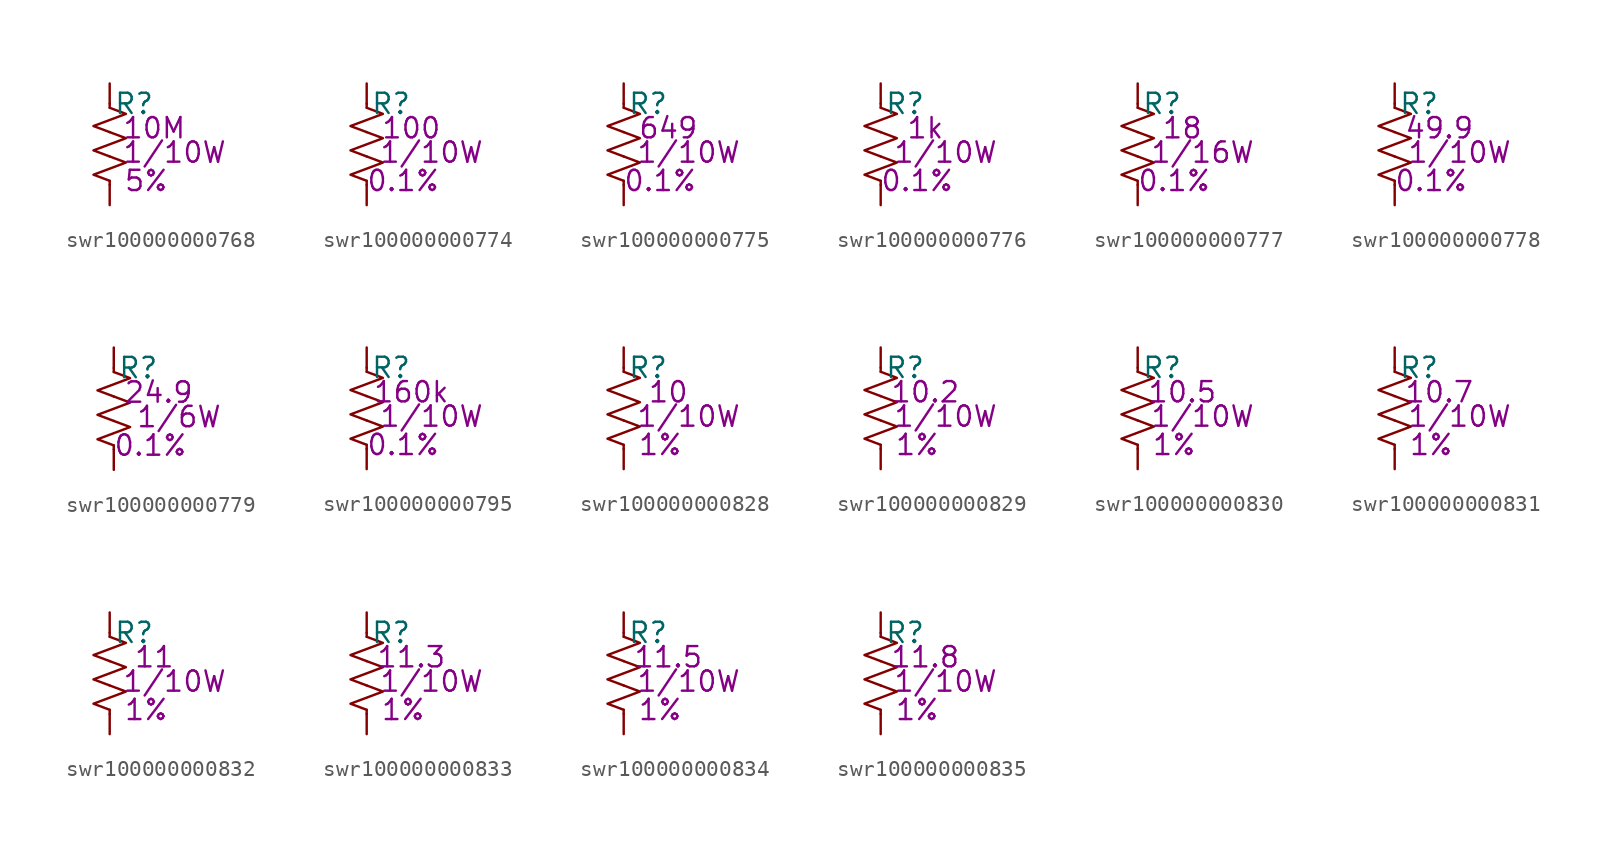
<source format=kicad_sym>
(kicad_symbol_lib
  (version 20211014)
  (generator kicad_symbol_editor)
  (symbol "swr100000000768"
    (pin_numbers hide)
    (pin_names
      (offset 1.016))
    (property "Reference" "R"
      (at 1.524 2.54 0)
      (effects (font (size 1.27 1.27))))
    (property "Tolerance" "5%"
      (at 2.286 -2.286 0)
      (effects (font (size 1.27 1.27))))
    (property "Wattage" "1/10W"
      (at 4.064 -0.508 0)
      (effects (font (size 1.27 1.27))))
    (property "PartValue" "10M"
      (at 2.794 1.016 0)
      (effects (font (size 1.27 1.27))))
    (symbol "swr100000000768_1_1"
      (polyline (pts (xy 0 -2.286) (xy 0 -2.54)) (stroke (width 0) (type default) (color 0 0 0 0)) (fill (type none)))
      (polyline (pts (xy 0 2.286) (xy 0 2.54)) (stroke (width 0) (type default) (color 0 0 0 0)) (fill (type none)))
      (polyline (pts (xy 0 -0.762) (xy 1.016 -1.143) (xy 0 -1.524) (xy -1.016 -1.905) (xy 0 -2.286)) (stroke (width 0) (type default) (color 0 0 0 0)) (fill (type none)))
      (polyline (pts (xy 0 0.762) (xy 1.016 0.381) (xy 0 0) (xy -1.016 -0.381) (xy 0 -0.762)) (stroke (width 0) (type default) (color 0 0 0 0)) (fill (type none)))
      (polyline (pts (xy 0 2.286) (xy 1.016 1.905) (xy 0 1.524) (xy -1.016 1.143) (xy 0 0.762)) (stroke (width 0) (type default) (color 0 0 0 0)) (fill (type none)))
      (pin passive line (at 0 3.81 270) (length 1.27) (name "~" (effects (font (size 1.27 1.27)))) (number "1" (effects (font (size 1.27 1.27)))))
      (pin passive line (at 0 -3.81 90) (length 1.27) (name "~" (effects (font (size 1.27 1.27)))) (number "2" (effects (font (size 1.27 1.27)))))))
  (symbol "swr100000000774"
    (pin_numbers hide)
    (pin_names
      (offset 1.016))
    (property "Reference" "R"
      (at 1.524 2.54 0)
      (effects (font (size 1.27 1.27))))
    (property "Tolerance" "0.1%"
      (at 2.286 -2.286 0)
      (effects (font (size 1.27 1.27))))
    (property "Wattage" "1/10W"
      (at 4.064 -0.508 0)
      (effects (font (size 1.27 1.27))))
    (property "PartValue" "100"
      (at 2.794 1.016 0)
      (effects (font (size 1.27 1.27))))
    (symbol "swr100000000774_1_1"
      (polyline (pts (xy 0 -2.286) (xy 0 -2.54)) (stroke (width 0) (type default) (color 0 0 0 0)) (fill (type none)))
      (polyline (pts (xy 0 2.286) (xy 0 2.54)) (stroke (width 0) (type default) (color 0 0 0 0)) (fill (type none)))
      (polyline (pts (xy 0 -0.762) (xy 1.016 -1.143) (xy 0 -1.524) (xy -1.016 -1.905) (xy 0 -2.286)) (stroke (width 0) (type default) (color 0 0 0 0)) (fill (type none)))
      (polyline (pts (xy 0 0.762) (xy 1.016 0.381) (xy 0 0) (xy -1.016 -0.381) (xy 0 -0.762)) (stroke (width 0) (type default) (color 0 0 0 0)) (fill (type none)))
      (polyline (pts (xy 0 2.286) (xy 1.016 1.905) (xy 0 1.524) (xy -1.016 1.143) (xy 0 0.762)) (stroke (width 0) (type default) (color 0 0 0 0)) (fill (type none)))
      (pin passive line (at 0 3.81 270) (length 1.27) (name "~" (effects (font (size 1.27 1.27)))) (number "1" (effects (font (size 1.27 1.27)))))
      (pin passive line (at 0 -3.81 90) (length 1.27) (name "~" (effects (font (size 1.27 1.27)))) (number "2" (effects (font (size 1.27 1.27)))))))
  (symbol "swr100000000775"
    (pin_numbers hide)
    (pin_names
      (offset 1.016))
    (property "Reference" "R"
      (at 1.524 2.54 0)
      (effects (font (size 1.27 1.27))))
    (property "Tolerance" "0.1%"
      (at 2.286 -2.286 0)
      (effects (font (size 1.27 1.27))))
    (property "Wattage" "1/10W"
      (at 4.064 -0.508 0)
      (effects (font (size 1.27 1.27))))
    (property "PartValue" "649"
      (at 2.794 1.016 0)
      (effects (font (size 1.27 1.27))))
    (symbol "swr100000000775_1_1"
      (polyline (pts (xy 0 -2.286) (xy 0 -2.54)) (stroke (width 0) (type default) (color 0 0 0 0)) (fill (type none)))
      (polyline (pts (xy 0 2.286) (xy 0 2.54)) (stroke (width 0) (type default) (color 0 0 0 0)) (fill (type none)))
      (polyline (pts (xy 0 -0.762) (xy 1.016 -1.143) (xy 0 -1.524) (xy -1.016 -1.905) (xy 0 -2.286)) (stroke (width 0) (type default) (color 0 0 0 0)) (fill (type none)))
      (polyline (pts (xy 0 0.762) (xy 1.016 0.381) (xy 0 0) (xy -1.016 -0.381) (xy 0 -0.762)) (stroke (width 0) (type default) (color 0 0 0 0)) (fill (type none)))
      (polyline (pts (xy 0 2.286) (xy 1.016 1.905) (xy 0 1.524) (xy -1.016 1.143) (xy 0 0.762)) (stroke (width 0) (type default) (color 0 0 0 0)) (fill (type none)))
      (pin passive line (at 0 3.81 270) (length 1.27) (name "~" (effects (font (size 1.27 1.27)))) (number "1" (effects (font (size 1.27 1.27)))))
      (pin passive line (at 0 -3.81 90) (length 1.27) (name "~" (effects (font (size 1.27 1.27)))) (number "2" (effects (font (size 1.27 1.27)))))))
  (symbol "swr100000000776"
    (pin_numbers hide)
    (pin_names
      (offset 1.016))
    (property "Reference" "R"
      (at 1.524 2.54 0)
      (effects (font (size 1.27 1.27))))
    (property "Tolerance" "0.1%"
      (at 2.286 -2.286 0)
      (effects (font (size 1.27 1.27))))
    (property "Wattage" "1/10W"
      (at 4.064 -0.508 0)
      (effects (font (size 1.27 1.27))))
    (property "PartValue" "1k"
      (at 2.794 1.016 0)
      (effects (font (size 1.27 1.27))))
    (symbol "swr100000000776_1_1"
      (polyline (pts (xy 0 -2.286) (xy 0 -2.54)) (stroke (width 0) (type default) (color 0 0 0 0)) (fill (type none)))
      (polyline (pts (xy 0 2.286) (xy 0 2.54)) (stroke (width 0) (type default) (color 0 0 0 0)) (fill (type none)))
      (polyline (pts (xy 0 -0.762) (xy 1.016 -1.143) (xy 0 -1.524) (xy -1.016 -1.905) (xy 0 -2.286)) (stroke (width 0) (type default) (color 0 0 0 0)) (fill (type none)))
      (polyline (pts (xy 0 0.762) (xy 1.016 0.381) (xy 0 0) (xy -1.016 -0.381) (xy 0 -0.762)) (stroke (width 0) (type default) (color 0 0 0 0)) (fill (type none)))
      (polyline (pts (xy 0 2.286) (xy 1.016 1.905) (xy 0 1.524) (xy -1.016 1.143) (xy 0 0.762)) (stroke (width 0) (type default) (color 0 0 0 0)) (fill (type none)))
      (pin passive line (at 0 3.81 270) (length 1.27) (name "~" (effects (font (size 1.27 1.27)))) (number "1" (effects (font (size 1.27 1.27)))))
      (pin passive line (at 0 -3.81 90) (length 1.27) (name "~" (effects (font (size 1.27 1.27)))) (number "2" (effects (font (size 1.27 1.27)))))))
  (symbol "swr100000000777"
    (pin_numbers hide)
    (pin_names
      (offset 1.016))
    (property "Reference" "R"
      (at 1.524 2.54 0)
      (effects (font (size 1.27 1.27))))
    (property "Tolerance" "0.1%"
      (at 2.286 -2.286 0)
      (effects (font (size 1.27 1.27))))
    (property "Wattage" "1/16W"
      (at 4.064 -0.508 0)
      (effects (font (size 1.27 1.27))))
    (property "PartValue" "18"
      (at 2.794 1.016 0)
      (effects (font (size 1.27 1.27))))
    (symbol "swr100000000777_1_1"
      (polyline (pts (xy 0 -2.286) (xy 0 -2.54)) (stroke (width 0) (type default) (color 0 0 0 0)) (fill (type none)))
      (polyline (pts (xy 0 2.286) (xy 0 2.54)) (stroke (width 0) (type default) (color 0 0 0 0)) (fill (type none)))
      (polyline (pts (xy 0 -0.762) (xy 1.016 -1.143) (xy 0 -1.524) (xy -1.016 -1.905) (xy 0 -2.286)) (stroke (width 0) (type default) (color 0 0 0 0)) (fill (type none)))
      (polyline (pts (xy 0 0.762) (xy 1.016 0.381) (xy 0 0) (xy -1.016 -0.381) (xy 0 -0.762)) (stroke (width 0) (type default) (color 0 0 0 0)) (fill (type none)))
      (polyline (pts (xy 0 2.286) (xy 1.016 1.905) (xy 0 1.524) (xy -1.016 1.143) (xy 0 0.762)) (stroke (width 0) (type default) (color 0 0 0 0)) (fill (type none)))
      (pin passive line (at 0 3.81 270) (length 1.27) (name "~" (effects (font (size 1.27 1.27)))) (number "1" (effects (font (size 1.27 1.27)))))
      (pin passive line (at 0 -3.81 90) (length 1.27) (name "~" (effects (font (size 1.27 1.27)))) (number "2" (effects (font (size 1.27 1.27)))))))
  (symbol "swr100000000778"
    (pin_numbers hide)
    (pin_names
      (offset 1.016))
    (property "Reference" "R"
      (at 1.524 2.54 0)
      (effects (font (size 1.27 1.27))))
    (property "Tolerance" "0.1%"
      (at 2.286 -2.286 0)
      (effects (font (size 1.27 1.27))))
    (property "Wattage" "1/10W"
      (at 4.064 -0.508 0)
      (effects (font (size 1.27 1.27))))
    (property "PartValue" "49.9"
      (at 2.794 1.016 0)
      (effects (font (size 1.27 1.27))))
    (symbol "swr100000000778_1_1"
      (polyline (pts (xy 0 -2.286) (xy 0 -2.54)) (stroke (width 0) (type default) (color 0 0 0 0)) (fill (type none)))
      (polyline (pts (xy 0 2.286) (xy 0 2.54)) (stroke (width 0) (type default) (color 0 0 0 0)) (fill (type none)))
      (polyline (pts (xy 0 -0.762) (xy 1.016 -1.143) (xy 0 -1.524) (xy -1.016 -1.905) (xy 0 -2.286)) (stroke (width 0) (type default) (color 0 0 0 0)) (fill (type none)))
      (polyline (pts (xy 0 0.762) (xy 1.016 0.381) (xy 0 0) (xy -1.016 -0.381) (xy 0 -0.762)) (stroke (width 0) (type default) (color 0 0 0 0)) (fill (type none)))
      (polyline (pts (xy 0 2.286) (xy 1.016 1.905) (xy 0 1.524) (xy -1.016 1.143) (xy 0 0.762)) (stroke (width 0) (type default) (color 0 0 0 0)) (fill (type none)))
      (pin passive line (at 0 3.81 270) (length 1.27) (name "~" (effects (font (size 1.27 1.27)))) (number "1" (effects (font (size 1.27 1.27)))))
      (pin passive line (at 0 -3.81 90) (length 1.27) (name "~" (effects (font (size 1.27 1.27)))) (number "2" (effects (font (size 1.27 1.27)))))))
  (symbol "swr100000000779"
    (pin_numbers hide)
    (pin_names
      (offset 1.016))
    (property "Reference" "R"
      (at 1.524 2.54 0)
      (effects (font (size 1.27 1.27))))
    (property "Tolerance" "0.1%"
      (at 2.286 -2.286 0)
      (effects (font (size 1.27 1.27))))
    (property "Wattage" "1/6W"
      (at 4.064 -0.508 0)
      (effects (font (size 1.27 1.27))))
    (property "PartValue" "24.9"
      (at 2.794 1.016 0)
      (effects (font (size 1.27 1.27))))
    (symbol "swr100000000779_1_1"
      (polyline (pts (xy 0 -2.286) (xy 0 -2.54)) (stroke (width 0) (type default) (color 0 0 0 0)) (fill (type none)))
      (polyline (pts (xy 0 2.286) (xy 0 2.54)) (stroke (width 0) (type default) (color 0 0 0 0)) (fill (type none)))
      (polyline (pts (xy 0 -0.762) (xy 1.016 -1.143) (xy 0 -1.524) (xy -1.016 -1.905) (xy 0 -2.286)) (stroke (width 0) (type default) (color 0 0 0 0)) (fill (type none)))
      (polyline (pts (xy 0 0.762) (xy 1.016 0.381) (xy 0 0) (xy -1.016 -0.381) (xy 0 -0.762)) (stroke (width 0) (type default) (color 0 0 0 0)) (fill (type none)))
      (polyline (pts (xy 0 2.286) (xy 1.016 1.905) (xy 0 1.524) (xy -1.016 1.143) (xy 0 0.762)) (stroke (width 0) (type default) (color 0 0 0 0)) (fill (type none)))
      (pin passive line (at 0 3.81 270) (length 1.27) (name "~" (effects (font (size 1.27 1.27)))) (number "1" (effects (font (size 1.27 1.27)))))
      (pin passive line (at 0 -3.81 90) (length 1.27) (name "~" (effects (font (size 1.27 1.27)))) (number "2" (effects (font (size 1.27 1.27)))))))
  (symbol "swr100000000795"
    (pin_numbers hide)
    (pin_names
      (offset 1.016))
    (property "Reference" "R"
      (at 1.524 2.54 0)
      (effects (font (size 1.27 1.27))))
    (property "Tolerance" "0.1%"
      (at 2.286 -2.286 0)
      (effects (font (size 1.27 1.27))))
    (property "Wattage" "1/10W"
      (at 4.064 -0.508 0)
      (effects (font (size 1.27 1.27))))
    (property "PartValue" "160k"
      (at 2.794 1.016 0)
      (effects (font (size 1.27 1.27))))
    (symbol "swr100000000795_1_1"
      (polyline (pts (xy 0 -2.286) (xy 0 -2.54)) (stroke (width 0) (type default) (color 0 0 0 0)) (fill (type none)))
      (polyline (pts (xy 0 2.286) (xy 0 2.54)) (stroke (width 0) (type default) (color 0 0 0 0)) (fill (type none)))
      (polyline (pts (xy 0 -0.762) (xy 1.016 -1.143) (xy 0 -1.524) (xy -1.016 -1.905) (xy 0 -2.286)) (stroke (width 0) (type default) (color 0 0 0 0)) (fill (type none)))
      (polyline (pts (xy 0 0.762) (xy 1.016 0.381) (xy 0 0) (xy -1.016 -0.381) (xy 0 -0.762)) (stroke (width 0) (type default) (color 0 0 0 0)) (fill (type none)))
      (polyline (pts (xy 0 2.286) (xy 1.016 1.905) (xy 0 1.524) (xy -1.016 1.143) (xy 0 0.762)) (stroke (width 0) (type default) (color 0 0 0 0)) (fill (type none)))
      (pin passive line (at 0 3.81 270) (length 1.27) (name "~" (effects (font (size 1.27 1.27)))) (number "1" (effects (font (size 1.27 1.27)))))
      (pin passive line (at 0 -3.81 90) (length 1.27) (name "~" (effects (font (size 1.27 1.27)))) (number "2" (effects (font (size 1.27 1.27)))))))
  (symbol "swr100000000828"
    (pin_numbers hide)
    (pin_names
      (offset 1.016))
    (property "Reference" "R"
      (at 1.524 2.54 0)
      (effects (font (size 1.27 1.27))))
    (property "Tolerance" "1%"
      (at 2.286 -2.286 0)
      (effects (font (size 1.27 1.27))))
    (property "Wattage" "1/10W"
      (at 4.064 -0.508 0)
      (effects (font (size 1.27 1.27))))
    (property "PartValue" "10"
      (at 2.794 1.016 0)
      (effects (font (size 1.27 1.27))))
    (symbol "swr100000000828_1_1"
      (polyline (pts (xy 0 -2.286) (xy 0 -2.54)) (stroke (width 0) (type default) (color 0 0 0 0)) (fill (type none)))
      (polyline (pts (xy 0 2.286) (xy 0 2.54)) (stroke (width 0) (type default) (color 0 0 0 0)) (fill (type none)))
      (polyline (pts (xy 0 -0.762) (xy 1.016 -1.143) (xy 0 -1.524) (xy -1.016 -1.905) (xy 0 -2.286)) (stroke (width 0) (type default) (color 0 0 0 0)) (fill (type none)))
      (polyline (pts (xy 0 0.762) (xy 1.016 0.381) (xy 0 0) (xy -1.016 -0.381) (xy 0 -0.762)) (stroke (width 0) (type default) (color 0 0 0 0)) (fill (type none)))
      (polyline (pts (xy 0 2.286) (xy 1.016 1.905) (xy 0 1.524) (xy -1.016 1.143) (xy 0 0.762)) (stroke (width 0) (type default) (color 0 0 0 0)) (fill (type none)))
      (pin passive line (at 0 3.81 270) (length 1.27) (name "~" (effects (font (size 1.27 1.27)))) (number "1" (effects (font (size 1.27 1.27)))))
      (pin passive line (at 0 -3.81 90) (length 1.27) (name "~" (effects (font (size 1.27 1.27)))) (number "2" (effects (font (size 1.27 1.27)))))))
  (symbol "swr100000000829"
    (pin_numbers hide)
    (pin_names
      (offset 1.016))
    (property "Reference" "R"
      (at 1.524 2.54 0)
      (effects (font (size 1.27 1.27))))
    (property "Tolerance" "1%"
      (at 2.286 -2.286 0)
      (effects (font (size 1.27 1.27))))
    (property "Wattage" "1/10W"
      (at 4.064 -0.508 0)
      (effects (font (size 1.27 1.27))))
    (property "PartValue" "10.2"
      (at 2.794 1.016 0)
      (effects (font (size 1.27 1.27))))
    (symbol "swr100000000829_1_1"
      (polyline (pts (xy 0 -2.286) (xy 0 -2.54)) (stroke (width 0) (type default) (color 0 0 0 0)) (fill (type none)))
      (polyline (pts (xy 0 2.286) (xy 0 2.54)) (stroke (width 0) (type default) (color 0 0 0 0)) (fill (type none)))
      (polyline (pts (xy 0 -0.762) (xy 1.016 -1.143) (xy 0 -1.524) (xy -1.016 -1.905) (xy 0 -2.286)) (stroke (width 0) (type default) (color 0 0 0 0)) (fill (type none)))
      (polyline (pts (xy 0 0.762) (xy 1.016 0.381) (xy 0 0) (xy -1.016 -0.381) (xy 0 -0.762)) (stroke (width 0) (type default) (color 0 0 0 0)) (fill (type none)))
      (polyline (pts (xy 0 2.286) (xy 1.016 1.905) (xy 0 1.524) (xy -1.016 1.143) (xy 0 0.762)) (stroke (width 0) (type default) (color 0 0 0 0)) (fill (type none)))
      (pin passive line (at 0 3.81 270) (length 1.27) (name "~" (effects (font (size 1.27 1.27)))) (number "1" (effects (font (size 1.27 1.27)))))
      (pin passive line (at 0 -3.81 90) (length 1.27) (name "~" (effects (font (size 1.27 1.27)))) (number "2" (effects (font (size 1.27 1.27)))))))
  (symbol "swr100000000830"
    (pin_numbers hide)
    (pin_names
      (offset 1.016))
    (property "Reference" "R"
      (at 1.524 2.54 0)
      (effects (font (size 1.27 1.27))))
    (property "Tolerance" "1%"
      (at 2.286 -2.286 0)
      (effects (font (size 1.27 1.27))))
    (property "Wattage" "1/10W"
      (at 4.064 -0.508 0)
      (effects (font (size 1.27 1.27))))
    (property "PartValue" "10.5"
      (at 2.794 1.016 0)
      (effects (font (size 1.27 1.27))))
    (symbol "swr100000000830_1_1"
      (polyline (pts (xy 0 -2.286) (xy 0 -2.54)) (stroke (width 0) (type default) (color 0 0 0 0)) (fill (type none)))
      (polyline (pts (xy 0 2.286) (xy 0 2.54)) (stroke (width 0) (type default) (color 0 0 0 0)) (fill (type none)))
      (polyline (pts (xy 0 -0.762) (xy 1.016 -1.143) (xy 0 -1.524) (xy -1.016 -1.905) (xy 0 -2.286)) (stroke (width 0) (type default) (color 0 0 0 0)) (fill (type none)))
      (polyline (pts (xy 0 0.762) (xy 1.016 0.381) (xy 0 0) (xy -1.016 -0.381) (xy 0 -0.762)) (stroke (width 0) (type default) (color 0 0 0 0)) (fill (type none)))
      (polyline (pts (xy 0 2.286) (xy 1.016 1.905) (xy 0 1.524) (xy -1.016 1.143) (xy 0 0.762)) (stroke (width 0) (type default) (color 0 0 0 0)) (fill (type none)))
      (pin passive line (at 0 3.81 270) (length 1.27) (name "~" (effects (font (size 1.27 1.27)))) (number "1" (effects (font (size 1.27 1.27)))))
      (pin passive line (at 0 -3.81 90) (length 1.27) (name "~" (effects (font (size 1.27 1.27)))) (number "2" (effects (font (size 1.27 1.27)))))))
  (symbol "swr100000000831"
    (pin_numbers hide)
    (pin_names
      (offset 1.016))
    (property "Reference" "R"
      (at 1.524 2.54 0)
      (effects (font (size 1.27 1.27))))
    (property "Tolerance" "1%"
      (at 2.286 -2.286 0)
      (effects (font (size 1.27 1.27))))
    (property "Wattage" "1/10W"
      (at 4.064 -0.508 0)
      (effects (font (size 1.27 1.27))))
    (property "PartValue" "10.7"
      (at 2.794 1.016 0)
      (effects (font (size 1.27 1.27))))
    (symbol "swr100000000831_1_1"
      (polyline (pts (xy 0 -2.286) (xy 0 -2.54)) (stroke (width 0) (type default) (color 0 0 0 0)) (fill (type none)))
      (polyline (pts (xy 0 2.286) (xy 0 2.54)) (stroke (width 0) (type default) (color 0 0 0 0)) (fill (type none)))
      (polyline (pts (xy 0 -0.762) (xy 1.016 -1.143) (xy 0 -1.524) (xy -1.016 -1.905) (xy 0 -2.286)) (stroke (width 0) (type default) (color 0 0 0 0)) (fill (type none)))
      (polyline (pts (xy 0 0.762) (xy 1.016 0.381) (xy 0 0) (xy -1.016 -0.381) (xy 0 -0.762)) (stroke (width 0) (type default) (color 0 0 0 0)) (fill (type none)))
      (polyline (pts (xy 0 2.286) (xy 1.016 1.905) (xy 0 1.524) (xy -1.016 1.143) (xy 0 0.762)) (stroke (width 0) (type default) (color 0 0 0 0)) (fill (type none)))
      (pin passive line (at 0 3.81 270) (length 1.27) (name "~" (effects (font (size 1.27 1.27)))) (number "1" (effects (font (size 1.27 1.27)))))
      (pin passive line (at 0 -3.81 90) (length 1.27) (name "~" (effects (font (size 1.27 1.27)))) (number "2" (effects (font (size 1.27 1.27)))))))
  (symbol "swr100000000832"
    (pin_numbers hide)
    (pin_names
      (offset 1.016))
    (property "Reference" "R"
      (at 1.524 2.54 0)
      (effects (font (size 1.27 1.27))))
    (property "Tolerance" "1%"
      (at 2.286 -2.286 0)
      (effects (font (size 1.27 1.27))))
    (property "Wattage" "1/10W"
      (at 4.064 -0.508 0)
      (effects (font (size 1.27 1.27))))
    (property "PartValue" "11"
      (at 2.794 1.016 0)
      (effects (font (size 1.27 1.27))))
    (symbol "swr100000000832_1_1"
      (polyline (pts (xy 0 -2.286) (xy 0 -2.54)) (stroke (width 0) (type default) (color 0 0 0 0)) (fill (type none)))
      (polyline (pts (xy 0 2.286) (xy 0 2.54)) (stroke (width 0) (type default) (color 0 0 0 0)) (fill (type none)))
      (polyline (pts (xy 0 -0.762) (xy 1.016 -1.143) (xy 0 -1.524) (xy -1.016 -1.905) (xy 0 -2.286)) (stroke (width 0) (type default) (color 0 0 0 0)) (fill (type none)))
      (polyline (pts (xy 0 0.762) (xy 1.016 0.381) (xy 0 0) (xy -1.016 -0.381) (xy 0 -0.762)) (stroke (width 0) (type default) (color 0 0 0 0)) (fill (type none)))
      (polyline (pts (xy 0 2.286) (xy 1.016 1.905) (xy 0 1.524) (xy -1.016 1.143) (xy 0 0.762)) (stroke (width 0) (type default) (color 0 0 0 0)) (fill (type none)))
      (pin passive line (at 0 3.81 270) (length 1.27) (name "~" (effects (font (size 1.27 1.27)))) (number "1" (effects (font (size 1.27 1.27)))))
      (pin passive line (at 0 -3.81 90) (length 1.27) (name "~" (effects (font (size 1.27 1.27)))) (number "2" (effects (font (size 1.27 1.27)))))))
  (symbol "swr100000000833"
    (pin_numbers hide)
    (pin_names
      (offset 1.016))
    (property "Reference" "R"
      (at 1.524 2.54 0)
      (effects (font (size 1.27 1.27))))
    (property "Tolerance" "1%"
      (at 2.286 -2.286 0)
      (effects (font (size 1.27 1.27))))
    (property "Wattage" "1/10W"
      (at 4.064 -0.508 0)
      (effects (font (size 1.27 1.27))))
    (property "PartValue" "11.3"
      (at 2.794 1.016 0)
      (effects (font (size 1.27 1.27))))
    (symbol "swr100000000833_1_1"
      (polyline (pts (xy 0 -2.286) (xy 0 -2.54)) (stroke (width 0) (type default) (color 0 0 0 0)) (fill (type none)))
      (polyline (pts (xy 0 2.286) (xy 0 2.54)) (stroke (width 0) (type default) (color 0 0 0 0)) (fill (type none)))
      (polyline (pts (xy 0 -0.762) (xy 1.016 -1.143) (xy 0 -1.524) (xy -1.016 -1.905) (xy 0 -2.286)) (stroke (width 0) (type default) (color 0 0 0 0)) (fill (type none)))
      (polyline (pts (xy 0 0.762) (xy 1.016 0.381) (xy 0 0) (xy -1.016 -0.381) (xy 0 -0.762)) (stroke (width 0) (type default) (color 0 0 0 0)) (fill (type none)))
      (polyline (pts (xy 0 2.286) (xy 1.016 1.905) (xy 0 1.524) (xy -1.016 1.143) (xy 0 0.762)) (stroke (width 0) (type default) (color 0 0 0 0)) (fill (type none)))
      (pin passive line (at 0 3.81 270) (length 1.27) (name "~" (effects (font (size 1.27 1.27)))) (number "1" (effects (font (size 1.27 1.27)))))
      (pin passive line (at 0 -3.81 90) (length 1.27) (name "~" (effects (font (size 1.27 1.27)))) (number "2" (effects (font (size 1.27 1.27)))))))
  (symbol "swr100000000834"
    (pin_numbers hide)
    (pin_names
      (offset 1.016))
    (property "Reference" "R"
      (at 1.524 2.54 0)
      (effects (font (size 1.27 1.27))))
    (property "Tolerance" "1%"
      (at 2.286 -2.286 0)
      (effects (font (size 1.27 1.27))))
    (property "Wattage" "1/10W"
      (at 4.064 -0.508 0)
      (effects (font (size 1.27 1.27))))
    (property "PartValue" "11.5"
      (at 2.794 1.016 0)
      (effects (font (size 1.27 1.27))))
    (symbol "swr100000000834_1_1"
      (polyline (pts (xy 0 -2.286) (xy 0 -2.54)) (stroke (width 0) (type default) (color 0 0 0 0)) (fill (type none)))
      (polyline (pts (xy 0 2.286) (xy 0 2.54)) (stroke (width 0) (type default) (color 0 0 0 0)) (fill (type none)))
      (polyline (pts (xy 0 -0.762) (xy 1.016 -1.143) (xy 0 -1.524) (xy -1.016 -1.905) (xy 0 -2.286)) (stroke (width 0) (type default) (color 0 0 0 0)) (fill (type none)))
      (polyline (pts (xy 0 0.762) (xy 1.016 0.381) (xy 0 0) (xy -1.016 -0.381) (xy 0 -0.762)) (stroke (width 0) (type default) (color 0 0 0 0)) (fill (type none)))
      (polyline (pts (xy 0 2.286) (xy 1.016 1.905) (xy 0 1.524) (xy -1.016 1.143) (xy 0 0.762)) (stroke (width 0) (type default) (color 0 0 0 0)) (fill (type none)))
      (pin passive line (at 0 3.81 270) (length 1.27) (name "~" (effects (font (size 1.27 1.27)))) (number "1" (effects (font (size 1.27 1.27)))))
      (pin passive line (at 0 -3.81 90) (length 1.27) (name "~" (effects (font (size 1.27 1.27)))) (number "2" (effects (font (size 1.27 1.27)))))))
  (symbol "swr100000000835"
    (pin_numbers hide)
    (pin_names
      (offset 1.016))
    (property "Reference" "R"
      (at 1.524 2.54 0)
      (effects (font (size 1.27 1.27))))
    (property "Tolerance" "1%"
      (at 2.286 -2.286 0)
      (effects (font (size 1.27 1.27))))
    (property "Wattage" "1/10W"
      (at 4.064 -0.508 0)
      (effects (font (size 1.27 1.27))))
    (property "PartValue" "11.8"
      (at 2.794 1.016 0)
      (effects (font (size 1.27 1.27))))
    (symbol "swr100000000835_1_1"
      (polyline (pts (xy 0 -2.286) (xy 0 -2.54)) (stroke (width 0) (type default) (color 0 0 0 0)) (fill (type none)))
      (polyline (pts (xy 0 2.286) (xy 0 2.54)) (stroke (width 0) (type default) (color 0 0 0 0)) (fill (type none)))
      (polyline (pts (xy 0 -0.762) (xy 1.016 -1.143) (xy 0 -1.524) (xy -1.016 -1.905) (xy 0 -2.286)) (stroke (width 0) (type default) (color 0 0 0 0)) (fill (type none)))
      (polyline (pts (xy 0 0.762) (xy 1.016 0.381) (xy 0 0) (xy -1.016 -0.381) (xy 0 -0.762)) (stroke (width 0) (type default) (color 0 0 0 0)) (fill (type none)))
      (polyline (pts (xy 0 2.286) (xy 1.016 1.905) (xy 0 1.524) (xy -1.016 1.143) (xy 0 0.762)) (stroke (width 0) (type default) (color 0 0 0 0)) (fill (type none)))
      (pin passive line (at 0 3.81 270) (length 1.27) (name "~" (effects (font (size 1.27 1.27)))) (number "1" (effects (font (size 1.27 1.27)))))
      (pin passive line (at 0 -3.81 90) (length 1.27) (name "~" (effects (font (size 1.27 1.27)))) (number "2" (effects (font (size 1.27 1.27))))))))
</source>
